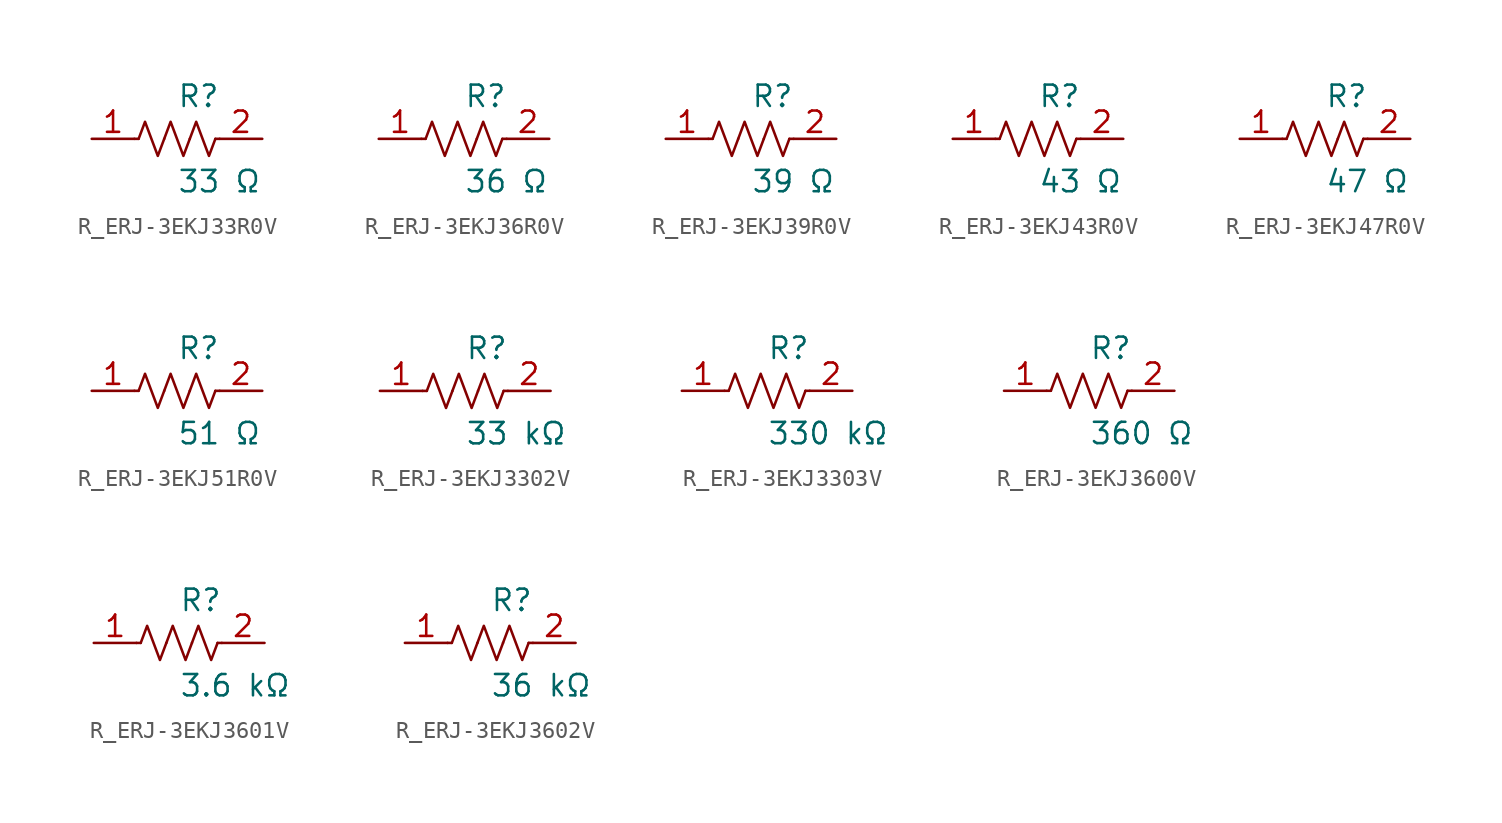
<source format=kicad_sym>
(kicad_symbol_lib
  (version 20231120)
  (generator kicad_symbol_editor)
  (generator_version 8.0)
  (symbol "R_ERJ-3EKJ33R0V"
    (pin_names
      (offset 0.254))
    (property "Reference" "R"
      (at 0.0 2.54 0)
      (effects (font (size 1.27 1.27)) (justify left)))
    (property "Value" "33 Ω"
      (at 0.0 -2.54 0)
      (effects (font (size 1.27 1.27)) (justify left)))
    (symbol "R_ERJ-3EKJ33R0V_0_1"
      (polyline (pts (xy 2.286 0) (xy 2.54 0)) (stroke (width 0) (type default)) (fill (type none)))
      (polyline (pts (xy -2.286 0) (xy -2.54 0)) (stroke (width 0) (type default)) (fill (type none)))
      (polyline (pts (xy 0.762 0) (xy 1.143 1.016) (xy 1.524 0) (xy 1.905 -1.016) (xy 2.286 0)) (stroke (width 0) (type default)) (fill (type none)))
      (polyline (pts (xy -0.762 0) (xy -0.381 1.016) (xy 0 0) (xy 0.381 -1.016) (xy 0.762 0)) (stroke (width 0) (type default)) (fill (type none)))
      (polyline (pts (xy -2.286 0) (xy -1.905 1.016) (xy -1.524 0) (xy -1.143 -1.016) (xy -0.762 0)) (stroke (width 0) (type default)) (fill (type none))))
    (pin unspecified line
      (at -5.08 0 0)
      (length 2.54)
      (name "" (effects (font (size 1.27 1.27))))
      (number "1" (effects (font (size 1.27 1.27)))))
    (pin unspecified line
      (at 5.08 0 180)
      (length 2.54)
      (name "" (effects (font (size 1.27 1.27))))
      (number "2" (effects (font (size 1.27 1.27))))))
  (symbol "R_ERJ-3EKJ36R0V"
    (pin_names
      (offset 0.254))
    (property "Reference" "R"
      (at 0.0 2.54 0)
      (effects (font (size 1.27 1.27)) (justify left)))
    (property "Value" "36 Ω"
      (at 0.0 -2.54 0)
      (effects (font (size 1.27 1.27)) (justify left)))
    (symbol "R_ERJ-3EKJ36R0V_0_1"
      (polyline (pts (xy 2.286 0) (xy 2.54 0)) (stroke (width 0) (type default)) (fill (type none)))
      (polyline (pts (xy -2.286 0) (xy -2.54 0)) (stroke (width 0) (type default)) (fill (type none)))
      (polyline (pts (xy 0.762 0) (xy 1.143 1.016) (xy 1.524 0) (xy 1.905 -1.016) (xy 2.286 0)) (stroke (width 0) (type default)) (fill (type none)))
      (polyline (pts (xy -0.762 0) (xy -0.381 1.016) (xy 0 0) (xy 0.381 -1.016) (xy 0.762 0)) (stroke (width 0) (type default)) (fill (type none)))
      (polyline (pts (xy -2.286 0) (xy -1.905 1.016) (xy -1.524 0) (xy -1.143 -1.016) (xy -0.762 0)) (stroke (width 0) (type default)) (fill (type none))))
    (pin unspecified line
      (at -5.08 0 0)
      (length 2.54)
      (name "" (effects (font (size 1.27 1.27))))
      (number "1" (effects (font (size 1.27 1.27)))))
    (pin unspecified line
      (at 5.08 0 180)
      (length 2.54)
      (name "" (effects (font (size 1.27 1.27))))
      (number "2" (effects (font (size 1.27 1.27))))))
  (symbol "R_ERJ-3EKJ39R0V"
    (pin_names
      (offset 0.254))
    (property "Reference" "R"
      (at 0.0 2.54 0)
      (effects (font (size 1.27 1.27)) (justify left)))
    (property "Value" "39 Ω"
      (at 0.0 -2.54 0)
      (effects (font (size 1.27 1.27)) (justify left)))
    (symbol "R_ERJ-3EKJ39R0V_0_1"
      (polyline (pts (xy 2.286 0) (xy 2.54 0)) (stroke (width 0) (type default)) (fill (type none)))
      (polyline (pts (xy -2.286 0) (xy -2.54 0)) (stroke (width 0) (type default)) (fill (type none)))
      (polyline (pts (xy 0.762 0) (xy 1.143 1.016) (xy 1.524 0) (xy 1.905 -1.016) (xy 2.286 0)) (stroke (width 0) (type default)) (fill (type none)))
      (polyline (pts (xy -0.762 0) (xy -0.381 1.016) (xy 0 0) (xy 0.381 -1.016) (xy 0.762 0)) (stroke (width 0) (type default)) (fill (type none)))
      (polyline (pts (xy -2.286 0) (xy -1.905 1.016) (xy -1.524 0) (xy -1.143 -1.016) (xy -0.762 0)) (stroke (width 0) (type default)) (fill (type none))))
    (pin unspecified line
      (at -5.08 0 0)
      (length 2.54)
      (name "" (effects (font (size 1.27 1.27))))
      (number "1" (effects (font (size 1.27 1.27)))))
    (pin unspecified line
      (at 5.08 0 180)
      (length 2.54)
      (name "" (effects (font (size 1.27 1.27))))
      (number "2" (effects (font (size 1.27 1.27))))))
  (symbol "R_ERJ-3EKJ43R0V"
    (pin_names
      (offset 0.254))
    (property "Reference" "R"
      (at 0.0 2.54 0)
      (effects (font (size 1.27 1.27)) (justify left)))
    (property "Value" "43 Ω"
      (at 0.0 -2.54 0)
      (effects (font (size 1.27 1.27)) (justify left)))
    (symbol "R_ERJ-3EKJ43R0V_0_1"
      (polyline (pts (xy 2.286 0) (xy 2.54 0)) (stroke (width 0) (type default)) (fill (type none)))
      (polyline (pts (xy -2.286 0) (xy -2.54 0)) (stroke (width 0) (type default)) (fill (type none)))
      (polyline (pts (xy 0.762 0) (xy 1.143 1.016) (xy 1.524 0) (xy 1.905 -1.016) (xy 2.286 0)) (stroke (width 0) (type default)) (fill (type none)))
      (polyline (pts (xy -0.762 0) (xy -0.381 1.016) (xy 0 0) (xy 0.381 -1.016) (xy 0.762 0)) (stroke (width 0) (type default)) (fill (type none)))
      (polyline (pts (xy -2.286 0) (xy -1.905 1.016) (xy -1.524 0) (xy -1.143 -1.016) (xy -0.762 0)) (stroke (width 0) (type default)) (fill (type none))))
    (pin unspecified line
      (at -5.08 0 0)
      (length 2.54)
      (name "" (effects (font (size 1.27 1.27))))
      (number "1" (effects (font (size 1.27 1.27)))))
    (pin unspecified line
      (at 5.08 0 180)
      (length 2.54)
      (name "" (effects (font (size 1.27 1.27))))
      (number "2" (effects (font (size 1.27 1.27))))))
  (symbol "R_ERJ-3EKJ47R0V"
    (pin_names
      (offset 0.254))
    (property "Reference" "R"
      (at 0.0 2.54 0)
      (effects (font (size 1.27 1.27)) (justify left)))
    (property "Value" "47 Ω"
      (at 0.0 -2.54 0)
      (effects (font (size 1.27 1.27)) (justify left)))
    (symbol "R_ERJ-3EKJ47R0V_0_1"
      (polyline (pts (xy 2.286 0) (xy 2.54 0)) (stroke (width 0) (type default)) (fill (type none)))
      (polyline (pts (xy -2.286 0) (xy -2.54 0)) (stroke (width 0) (type default)) (fill (type none)))
      (polyline (pts (xy 0.762 0) (xy 1.143 1.016) (xy 1.524 0) (xy 1.905 -1.016) (xy 2.286 0)) (stroke (width 0) (type default)) (fill (type none)))
      (polyline (pts (xy -0.762 0) (xy -0.381 1.016) (xy 0 0) (xy 0.381 -1.016) (xy 0.762 0)) (stroke (width 0) (type default)) (fill (type none)))
      (polyline (pts (xy -2.286 0) (xy -1.905 1.016) (xy -1.524 0) (xy -1.143 -1.016) (xy -0.762 0)) (stroke (width 0) (type default)) (fill (type none))))
    (pin unspecified line
      (at -5.08 0 0)
      (length 2.54)
      (name "" (effects (font (size 1.27 1.27))))
      (number "1" (effects (font (size 1.27 1.27)))))
    (pin unspecified line
      (at 5.08 0 180)
      (length 2.54)
      (name "" (effects (font (size 1.27 1.27))))
      (number "2" (effects (font (size 1.27 1.27))))))
  (symbol "R_ERJ-3EKJ51R0V"
    (pin_names
      (offset 0.254))
    (property "Reference" "R"
      (at 0.0 2.54 0)
      (effects (font (size 1.27 1.27)) (justify left)))
    (property "Value" "51 Ω"
      (at 0.0 -2.54 0)
      (effects (font (size 1.27 1.27)) (justify left)))
    (symbol "R_ERJ-3EKJ51R0V_0_1"
      (polyline (pts (xy 2.286 0) (xy 2.54 0)) (stroke (width 0) (type default)) (fill (type none)))
      (polyline (pts (xy -2.286 0) (xy -2.54 0)) (stroke (width 0) (type default)) (fill (type none)))
      (polyline (pts (xy 0.762 0) (xy 1.143 1.016) (xy 1.524 0) (xy 1.905 -1.016) (xy 2.286 0)) (stroke (width 0) (type default)) (fill (type none)))
      (polyline (pts (xy -0.762 0) (xy -0.381 1.016) (xy 0 0) (xy 0.381 -1.016) (xy 0.762 0)) (stroke (width 0) (type default)) (fill (type none)))
      (polyline (pts (xy -2.286 0) (xy -1.905 1.016) (xy -1.524 0) (xy -1.143 -1.016) (xy -0.762 0)) (stroke (width 0) (type default)) (fill (type none))))
    (pin unspecified line
      (at -5.08 0 0)
      (length 2.54)
      (name "" (effects (font (size 1.27 1.27))))
      (number "1" (effects (font (size 1.27 1.27)))))
    (pin unspecified line
      (at 5.08 0 180)
      (length 2.54)
      (name "" (effects (font (size 1.27 1.27))))
      (number "2" (effects (font (size 1.27 1.27))))))
  (symbol "R_ERJ-3EKJ3302V"
    (pin_names
      (offset 0.254))
    (property "Reference" "R"
      (at 0.0 2.54 0)
      (effects (font (size 1.27 1.27)) (justify left)))
    (property "Value" "33 kΩ"
      (at 0.0 -2.54 0)
      (effects (font (size 1.27 1.27)) (justify left)))
    (symbol "R_ERJ-3EKJ3302V_0_1"
      (polyline (pts (xy 2.286 0) (xy 2.54 0)) (stroke (width 0) (type default)) (fill (type none)))
      (polyline (pts (xy -2.286 0) (xy -2.54 0)) (stroke (width 0) (type default)) (fill (type none)))
      (polyline (pts (xy 0.762 0) (xy 1.143 1.016) (xy 1.524 0) (xy 1.905 -1.016) (xy 2.286 0)) (stroke (width 0) (type default)) (fill (type none)))
      (polyline (pts (xy -0.762 0) (xy -0.381 1.016) (xy 0 0) (xy 0.381 -1.016) (xy 0.762 0)) (stroke (width 0) (type default)) (fill (type none)))
      (polyline (pts (xy -2.286 0) (xy -1.905 1.016) (xy -1.524 0) (xy -1.143 -1.016) (xy -0.762 0)) (stroke (width 0) (type default)) (fill (type none))))
    (pin unspecified line
      (at -5.08 0 0)
      (length 2.54)
      (name "" (effects (font (size 1.27 1.27))))
      (number "1" (effects (font (size 1.27 1.27)))))
    (pin unspecified line
      (at 5.08 0 180)
      (length 2.54)
      (name "" (effects (font (size 1.27 1.27))))
      (number "2" (effects (font (size 1.27 1.27))))))
  (symbol "R_ERJ-3EKJ3303V"
    (pin_names
      (offset 0.254))
    (property "Reference" "R"
      (at 0.0 2.54 0)
      (effects (font (size 1.27 1.27)) (justify left)))
    (property "Value" "330 kΩ"
      (at 0.0 -2.54 0)
      (effects (font (size 1.27 1.27)) (justify left)))
    (symbol "R_ERJ-3EKJ3303V_0_1"
      (polyline (pts (xy 2.286 0) (xy 2.54 0)) (stroke (width 0) (type default)) (fill (type none)))
      (polyline (pts (xy -2.286 0) (xy -2.54 0)) (stroke (width 0) (type default)) (fill (type none)))
      (polyline (pts (xy 0.762 0) (xy 1.143 1.016) (xy 1.524 0) (xy 1.905 -1.016) (xy 2.286 0)) (stroke (width 0) (type default)) (fill (type none)))
      (polyline (pts (xy -0.762 0) (xy -0.381 1.016) (xy 0 0) (xy 0.381 -1.016) (xy 0.762 0)) (stroke (width 0) (type default)) (fill (type none)))
      (polyline (pts (xy -2.286 0) (xy -1.905 1.016) (xy -1.524 0) (xy -1.143 -1.016) (xy -0.762 0)) (stroke (width 0) (type default)) (fill (type none))))
    (pin unspecified line
      (at -5.08 0 0)
      (length 2.54)
      (name "" (effects (font (size 1.27 1.27))))
      (number "1" (effects (font (size 1.27 1.27)))))
    (pin unspecified line
      (at 5.08 0 180)
      (length 2.54)
      (name "" (effects (font (size 1.27 1.27))))
      (number "2" (effects (font (size 1.27 1.27))))))
  (symbol "R_ERJ-3EKJ3600V"
    (pin_names
      (offset 0.254))
    (property "Reference" "R"
      (at 0.0 2.54 0)
      (effects (font (size 1.27 1.27)) (justify left)))
    (property "Value" "360 Ω"
      (at 0.0 -2.54 0)
      (effects (font (size 1.27 1.27)) (justify left)))
    (symbol "R_ERJ-3EKJ3600V_0_1"
      (polyline (pts (xy 2.286 0) (xy 2.54 0)) (stroke (width 0) (type default)) (fill (type none)))
      (polyline (pts (xy -2.286 0) (xy -2.54 0)) (stroke (width 0) (type default)) (fill (type none)))
      (polyline (pts (xy 0.762 0) (xy 1.143 1.016) (xy 1.524 0) (xy 1.905 -1.016) (xy 2.286 0)) (stroke (width 0) (type default)) (fill (type none)))
      (polyline (pts (xy -0.762 0) (xy -0.381 1.016) (xy 0 0) (xy 0.381 -1.016) (xy 0.762 0)) (stroke (width 0) (type default)) (fill (type none)))
      (polyline (pts (xy -2.286 0) (xy -1.905 1.016) (xy -1.524 0) (xy -1.143 -1.016) (xy -0.762 0)) (stroke (width 0) (type default)) (fill (type none))))
    (pin unspecified line
      (at -5.08 0 0)
      (length 2.54)
      (name "" (effects (font (size 1.27 1.27))))
      (number "1" (effects (font (size 1.27 1.27)))))
    (pin unspecified line
      (at 5.08 0 180)
      (length 2.54)
      (name "" (effects (font (size 1.27 1.27))))
      (number "2" (effects (font (size 1.27 1.27))))))
  (symbol "R_ERJ-3EKJ3601V"
    (pin_names
      (offset 0.254))
    (property "Reference" "R"
      (at 0.0 2.54 0)
      (effects (font (size 1.27 1.27)) (justify left)))
    (property "Value" "3.6 kΩ"
      (at 0.0 -2.54 0)
      (effects (font (size 1.27 1.27)) (justify left)))
    (symbol "R_ERJ-3EKJ3601V_0_1"
      (polyline (pts (xy 2.286 0) (xy 2.54 0)) (stroke (width 0) (type default)) (fill (type none)))
      (polyline (pts (xy -2.286 0) (xy -2.54 0)) (stroke (width 0) (type default)) (fill (type none)))
      (polyline (pts (xy 0.762 0) (xy 1.143 1.016) (xy 1.524 0) (xy 1.905 -1.016) (xy 2.286 0)) (stroke (width 0) (type default)) (fill (type none)))
      (polyline (pts (xy -0.762 0) (xy -0.381 1.016) (xy 0 0) (xy 0.381 -1.016) (xy 0.762 0)) (stroke (width 0) (type default)) (fill (type none)))
      (polyline (pts (xy -2.286 0) (xy -1.905 1.016) (xy -1.524 0) (xy -1.143 -1.016) (xy -0.762 0)) (stroke (width 0) (type default)) (fill (type none))))
    (pin unspecified line
      (at -5.08 0 0)
      (length 2.54)
      (name "" (effects (font (size 1.27 1.27))))
      (number "1" (effects (font (size 1.27 1.27)))))
    (pin unspecified line
      (at 5.08 0 180)
      (length 2.54)
      (name "" (effects (font (size 1.27 1.27))))
      (number "2" (effects (font (size 1.27 1.27))))))
  (symbol "R_ERJ-3EKJ3602V"
    (pin_names
      (offset 0.254))
    (property "Reference" "R"
      (at 0.0 2.54 0)
      (effects (font (size 1.27 1.27)) (justify left)))
    (property "Value" "36 kΩ"
      (at 0.0 -2.54 0)
      (effects (font (size 1.27 1.27)) (justify left)))
    (symbol "R_ERJ-3EKJ3602V_0_1"
      (polyline (pts (xy 2.286 0) (xy 2.54 0)) (stroke (width 0) (type default)) (fill (type none)))
      (polyline (pts (xy -2.286 0) (xy -2.54 0)) (stroke (width 0) (type default)) (fill (type none)))
      (polyline (pts (xy 0.762 0) (xy 1.143 1.016) (xy 1.524 0) (xy 1.905 -1.016) (xy 2.286 0)) (stroke (width 0) (type default)) (fill (type none)))
      (polyline (pts (xy -0.762 0) (xy -0.381 1.016) (xy 0 0) (xy 0.381 -1.016) (xy 0.762 0)) (stroke (width 0) (type default)) (fill (type none)))
      (polyline (pts (xy -2.286 0) (xy -1.905 1.016) (xy -1.524 0) (xy -1.143 -1.016) (xy -0.762 0)) (stroke (width 0) (type default)) (fill (type none))))
    (pin unspecified line
      (at -5.08 0 0)
      (length 2.54)
      (name "" (effects (font (size 1.27 1.27))))
      (number "1" (effects (font (size 1.27 1.27)))))
    (pin unspecified line
      (at 5.08 0 180)
      (length 2.54)
      (name "" (effects (font (size 1.27 1.27))))
      (number "2" (effects (font (size 1.27 1.27)))))))
</source>
